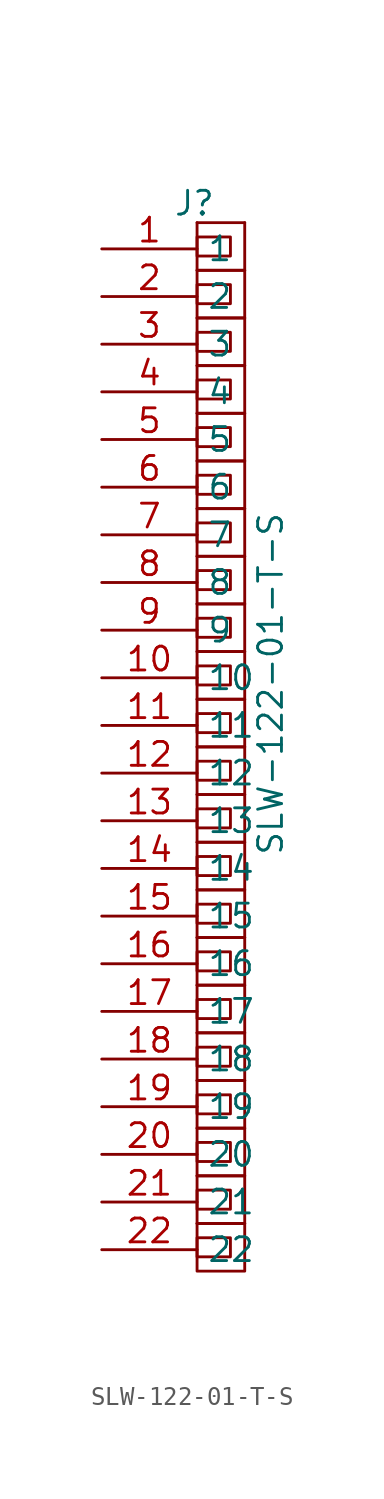
<source format=kicad_sym>
(kicad_symbol_lib
  (version 20220914)
  (generator kicad_symbol_editor)
  (symbol "SLW-122-01-T-S"
    (property "Reference" "J"
      (at 3.81 3.175 0)
      (effects (font (size 1.27 1.27)) (justify left top)))
    (property "Value" "SLW-122-01-T-S"
      (at 8.255 -32.385 90)
      (effects (font (size 1.27 1.27)) (justify left top)))
    (symbol "SLW-122-01-T-S_0_1"
      (polyline (pts (xy 7.62 -51.943) (xy 5.08 -51.943)) (stroke (width 0) (type solid)) (fill (type none)))
      (polyline (pts (xy 7.62 -49.403) (xy 5.08 -49.403)) (stroke (width 0) (type solid)) (fill (type none)))
      (polyline (pts (xy 7.62 -46.863) (xy 5.08 -46.863)) (stroke (width 0) (type solid)) (fill (type none)))
      (polyline (pts (xy 7.62 -44.323) (xy 5.08 -44.323)) (stroke (width 0) (type solid)) (fill (type none)))
      (polyline (pts (xy 7.62 -41.783) (xy 5.08 -41.783)) (stroke (width 0) (type solid)) (fill (type none)))
      (polyline (pts (xy 7.62 -39.243) (xy 5.08 -39.243)) (stroke (width 0) (type solid)) (fill (type none)))
      (polyline (pts (xy 7.62 -36.703) (xy 5.08 -36.703)) (stroke (width 0) (type solid)) (fill (type none)))
      (polyline (pts (xy 7.62 -34.163) (xy 5.08 -34.163)) (stroke (width 0) (type solid)) (fill (type none)))
      (polyline (pts (xy 7.62 -31.623) (xy 5.08 -31.623)) (stroke (width 0) (type solid)) (fill (type none)))
      (polyline (pts (xy 7.62 -29.083) (xy 5.08 -29.083)) (stroke (width 0) (type solid)) (fill (type none)))
      (polyline (pts (xy 7.62 -26.543) (xy 5.08 -26.543)) (stroke (width 0) (type solid)) (fill (type none)))
      (polyline (pts (xy 7.62 -24.003) (xy 5.08 -24.003)) (stroke (width 0) (type solid)) (fill (type none)))
      (polyline (pts (xy 7.62 -21.463) (xy 5.08 -21.463)) (stroke (width 0) (type solid)) (fill (type none)))
      (polyline (pts (xy 7.62 -18.923) (xy 5.08 -18.923)) (stroke (width 0) (type solid)) (fill (type none)))
      (polyline (pts (xy 7.62 -16.383) (xy 5.08 -16.383)) (stroke (width 0) (type solid)) (fill (type none)))
      (polyline (pts (xy 7.62 -13.843) (xy 5.08 -13.843)) (stroke (width 0) (type solid)) (fill (type none)))
      (polyline (pts (xy 7.62 -11.303) (xy 5.08 -11.303)) (stroke (width 0) (type solid)) (fill (type none)))
      (polyline (pts (xy 7.62 -8.763) (xy 5.08 -8.763)) (stroke (width 0) (type solid)) (fill (type none)))
      (polyline (pts (xy 7.62 -6.223) (xy 5.08 -6.223)) (stroke (width 0) (type solid)) (fill (type none)))
      (polyline (pts (xy 7.62 -3.683) (xy 5.08 -3.683)) (stroke (width 0) (type solid)) (fill (type none)))
      (polyline (pts (xy 7.62 -1.143) (xy 5.08 -1.143)) (stroke (width 0) (type solid)) (fill (type none)))
      (polyline (pts (xy 7.62 1.397) (xy 5.08 1.397)) (stroke (width 0) (type solid)) (fill (type none)))
      (polyline (pts (xy 5.08 -51.943) (xy 5.08 -54.483) (xy 7.62 -54.483) (xy 7.62 -51.943)) (stroke (width 0) (type solid)) (fill (type none)))
      (polyline (pts (xy 5.08 -49.403) (xy 5.08 -51.943) (xy 7.62 -51.943) (xy 7.62 -49.403)) (stroke (width 0) (type solid)) (fill (type none)))
      (polyline (pts (xy 5.08 -46.863) (xy 5.08 -49.403) (xy 7.62 -49.403) (xy 7.62 -46.863)) (stroke (width 0) (type solid)) (fill (type none)))
      (polyline (pts (xy 5.08 -44.323) (xy 5.08 -46.863) (xy 7.62 -46.863) (xy 7.62 -44.323)) (stroke (width 0) (type solid)) (fill (type none)))
      (polyline (pts (xy 5.08 -41.783) (xy 5.08 -44.323) (xy 7.62 -44.323) (xy 7.62 -41.783)) (stroke (width 0) (type solid)) (fill (type none)))
      (polyline (pts (xy 5.08 -39.243) (xy 5.08 -41.783) (xy 7.62 -41.783) (xy 7.62 -39.243)) (stroke (width 0) (type solid)) (fill (type none)))
      (polyline (pts (xy 5.08 -36.703) (xy 5.08 -39.243) (xy 7.62 -39.243) (xy 7.62 -36.703)) (stroke (width 0) (type solid)) (fill (type none)))
      (polyline (pts (xy 5.08 -34.163) (xy 5.08 -36.703) (xy 7.62 -36.703) (xy 7.62 -34.163)) (stroke (width 0) (type solid)) (fill (type none)))
      (polyline (pts (xy 5.08 -31.623) (xy 5.08 -34.163) (xy 7.62 -34.163) (xy 7.62 -31.623)) (stroke (width 0) (type solid)) (fill (type none)))
      (polyline (pts (xy 5.08 -29.083) (xy 5.08 -31.623) (xy 7.62 -31.623) (xy 7.62 -29.083)) (stroke (width 0) (type solid)) (fill (type none)))
      (polyline (pts (xy 5.08 -26.543) (xy 5.08 -29.083) (xy 7.62 -29.083) (xy 7.62 -26.543)) (stroke (width 0) (type solid)) (fill (type none)))
      (polyline (pts (xy 5.08 -24.003) (xy 5.08 -26.543) (xy 7.62 -26.543) (xy 7.62 -24.003)) (stroke (width 0) (type solid)) (fill (type none)))
      (polyline (pts (xy 5.08 -21.463) (xy 5.08 -24.003) (xy 7.62 -24.003) (xy 7.62 -21.463)) (stroke (width 0) (type solid)) (fill (type none)))
      (polyline (pts (xy 5.08 -18.923) (xy 5.08 -21.463) (xy 7.62 -21.463) (xy 7.62 -18.923)) (stroke (width 0) (type solid)) (fill (type none)))
      (polyline (pts (xy 5.08 -16.383) (xy 5.08 -18.923) (xy 7.62 -18.923) (xy 7.62 -16.383)) (stroke (width 0) (type solid)) (fill (type none)))
      (polyline (pts (xy 5.08 -13.843) (xy 5.08 -16.383) (xy 7.62 -16.383) (xy 7.62 -13.843)) (stroke (width 0) (type solid)) (fill (type none)))
      (polyline (pts (xy 5.08 -11.303) (xy 5.08 -13.843) (xy 7.62 -13.843) (xy 7.62 -11.303)) (stroke (width 0) (type solid)) (fill (type none)))
      (polyline (pts (xy 5.08 -8.763) (xy 5.08 -11.303) (xy 7.62 -11.303) (xy 7.62 -8.763)) (stroke (width 0) (type solid)) (fill (type none)))
      (polyline (pts (xy 5.08 -6.223) (xy 5.08 -8.763) (xy 7.62 -8.763) (xy 7.62 -6.223)) (stroke (width 0) (type solid)) (fill (type none)))
      (polyline (pts (xy 5.08 -3.683) (xy 5.08 -6.223) (xy 7.62 -6.223) (xy 7.62 -3.683)) (stroke (width 0) (type solid)) (fill (type none)))
      (polyline (pts (xy 5.08 -1.143) (xy 5.08 -3.683) (xy 7.62 -3.683) (xy 7.62 -1.143)) (stroke (width 0) (type solid)) (fill (type none)))
      (polyline (pts (xy 5.08 1.397) (xy 5.08 -1.143) (xy 7.62 -1.143) (xy 7.62 1.397)) (stroke (width 0) (type solid)) (fill (type none)))
      (rectangle (start 5.08 -52.705) (end 6.858 -53.721) (stroke (width 0) (type solid)) (fill (type none)))
      (rectangle (start 5.08 -50.165) (end 6.858 -51.181) (stroke (width 0) (type solid)) (fill (type none)))
      (rectangle (start 5.08 -47.625) (end 6.858 -48.641) (stroke (width 0) (type solid)) (fill (type none)))
      (rectangle (start 5.08 -45.085) (end 6.858 -46.101) (stroke (width 0) (type solid)) (fill (type none)))
      (rectangle (start 5.08 -42.545) (end 6.858 -43.561) (stroke (width 0) (type solid)) (fill (type none)))
      (rectangle (start 5.08 -40.005) (end 6.858 -41.021) (stroke (width 0) (type solid)) (fill (type none)))
      (rectangle (start 5.08 -37.465) (end 6.858 -38.481) (stroke (width 0) (type solid)) (fill (type none)))
      (rectangle (start 5.08 -34.925) (end 6.858 -35.941) (stroke (width 0) (type solid)) (fill (type none)))
      (rectangle (start 5.08 -32.385) (end 6.858 -33.401) (stroke (width 0) (type solid)) (fill (type none)))
      (rectangle (start 5.08 -29.845) (end 6.858 -30.861) (stroke (width 0) (type solid)) (fill (type none)))
      (rectangle (start 5.08 -27.305) (end 6.858 -28.321) (stroke (width 0) (type solid)) (fill (type none)))
      (rectangle (start 5.08 -24.765) (end 6.858 -25.781) (stroke (width 0) (type solid)) (fill (type none)))
      (rectangle (start 5.08 -22.225) (end 6.858 -23.241) (stroke (width 0) (type solid)) (fill (type none)))
      (rectangle (start 5.08 -19.685) (end 6.858 -20.701) (stroke (width 0) (type solid)) (fill (type none)))
      (rectangle (start 5.08 -17.145) (end 6.858 -18.161) (stroke (width 0) (type solid)) (fill (type none)))
      (rectangle (start 5.08 -14.605) (end 6.858 -15.621) (stroke (width 0) (type solid)) (fill (type none)))
      (rectangle (start 5.08 -12.065) (end 6.858 -13.081) (stroke (width 0) (type solid)) (fill (type none)))
      (rectangle (start 5.08 -9.525) (end 6.858 -10.541) (stroke (width 0) (type solid)) (fill (type none)))
      (rectangle (start 5.08 -6.985) (end 6.858 -8.001) (stroke (width 0) (type solid)) (fill (type none)))
      (rectangle (start 5.08 -4.445) (end 6.858 -5.461) (stroke (width 0) (type solid)) (fill (type none)))
      (rectangle (start 5.08 -1.905) (end 6.858 -2.921) (stroke (width 0) (type solid)) (fill (type none)))
      (rectangle (start 5.08 0.635) (end 6.858 -0.381) (stroke (width 0) (type solid)) (fill (type none))))
    (symbol "SLW-122-01-T-S_1_1"
      (pin passive line (at 0 0 0) (length 5.08) (name "1" (effects (font (size 1.27 1.27)))) (number "1" (effects (font (size 1.27 1.27)))))
      (pin passive line (at 0 -22.86 0) (length 5.08) (name "10" (effects (font (size 1.27 1.27)))) (number "10" (effects (font (size 1.27 1.27)))))
      (pin passive line (at 0 -25.4 0) (length 5.08) (name "11" (effects (font (size 1.27 1.27)))) (number "11" (effects (font (size 1.27 1.27)))))
      (pin passive line (at 0 -27.94 0) (length 5.08) (name "12" (effects (font (size 1.27 1.27)))) (number "12" (effects (font (size 1.27 1.27)))))
      (pin passive line (at 0 -30.48 0) (length 5.08) (name "13" (effects (font (size 1.27 1.27)))) (number "13" (effects (font (size 1.27 1.27)))))
      (pin passive line (at 0 -33.02 0) (length 5.08) (name "14" (effects (font (size 1.27 1.27)))) (number "14" (effects (font (size 1.27 1.27)))))
      (pin passive line (at 0 -35.56 0) (length 5.08) (name "15" (effects (font (size 1.27 1.27)))) (number "15" (effects (font (size 1.27 1.27)))))
      (pin passive line (at 0 -38.1 0) (length 5.08) (name "16" (effects (font (size 1.27 1.27)))) (number "16" (effects (font (size 1.27 1.27)))))
      (pin passive line (at 0 -40.64 0) (length 5.08) (name "17" (effects (font (size 1.27 1.27)))) (number "17" (effects (font (size 1.27 1.27)))))
      (pin passive line (at 0 -43.18 0) (length 5.08) (name "18" (effects (font (size 1.27 1.27)))) (number "18" (effects (font (size 1.27 1.27)))))
      (pin passive line (at 0 -45.72 0) (length 5.08) (name "19" (effects (font (size 1.27 1.27)))) (number "19" (effects (font (size 1.27 1.27)))))
      (pin passive line (at 0 -2.54 0) (length 5.08) (name "2" (effects (font (size 1.27 1.27)))) (number "2" (effects (font (size 1.27 1.27)))))
      (pin passive line (at 0 -48.26 0) (length 5.08) (name "20" (effects (font (size 1.27 1.27)))) (number "20" (effects (font (size 1.27 1.27)))))
      (pin passive line (at 0 -50.8 0) (length 5.08) (name "21" (effects (font (size 1.27 1.27)))) (number "21" (effects (font (size 1.27 1.27)))))
      (pin passive line (at 0 -53.34 0) (length 5.08) (name "22" (effects (font (size 1.27 1.27)))) (number "22" (effects (font (size 1.27 1.27)))))
      (pin passive line (at 0 -5.08 0) (length 5.08) (name "3" (effects (font (size 1.27 1.27)))) (number "3" (effects (font (size 1.27 1.27)))))
      (pin passive line (at 0 -7.62 0) (length 5.08) (name "4" (effects (font (size 1.27 1.27)))) (number "4" (effects (font (size 1.27 1.27)))))
      (pin passive line (at 0 -10.16 0) (length 5.08) (name "5" (effects (font (size 1.27 1.27)))) (number "5" (effects (font (size 1.27 1.27)))))
      (pin passive line (at 0 -12.7 0) (length 5.08) (name "6" (effects (font (size 1.27 1.27)))) (number "6" (effects (font (size 1.27 1.27)))))
      (pin passive line (at 0 -15.24 0) (length 5.08) (name "7" (effects (font (size 1.27 1.27)))) (number "7" (effects (font (size 1.27 1.27)))))
      (pin passive line (at 0 -17.78 0) (length 5.08) (name "8" (effects (font (size 1.27 1.27)))) (number "8" (effects (font (size 1.27 1.27)))))
      (pin passive line (at 0 -20.32 0) (length 5.08) (name "9" (effects (font (size 1.27 1.27)))) (number "9" (effects (font (size 1.27 1.27))))))))
</source>
